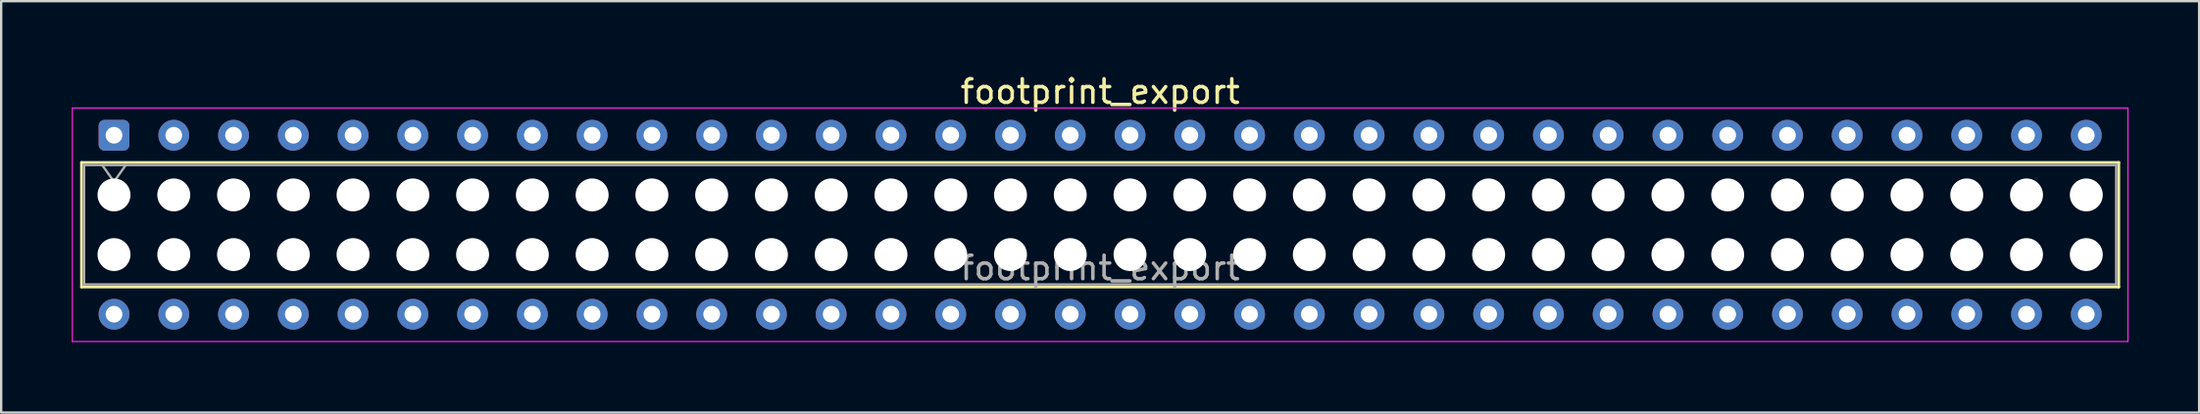
<source format=kicad_pcb>
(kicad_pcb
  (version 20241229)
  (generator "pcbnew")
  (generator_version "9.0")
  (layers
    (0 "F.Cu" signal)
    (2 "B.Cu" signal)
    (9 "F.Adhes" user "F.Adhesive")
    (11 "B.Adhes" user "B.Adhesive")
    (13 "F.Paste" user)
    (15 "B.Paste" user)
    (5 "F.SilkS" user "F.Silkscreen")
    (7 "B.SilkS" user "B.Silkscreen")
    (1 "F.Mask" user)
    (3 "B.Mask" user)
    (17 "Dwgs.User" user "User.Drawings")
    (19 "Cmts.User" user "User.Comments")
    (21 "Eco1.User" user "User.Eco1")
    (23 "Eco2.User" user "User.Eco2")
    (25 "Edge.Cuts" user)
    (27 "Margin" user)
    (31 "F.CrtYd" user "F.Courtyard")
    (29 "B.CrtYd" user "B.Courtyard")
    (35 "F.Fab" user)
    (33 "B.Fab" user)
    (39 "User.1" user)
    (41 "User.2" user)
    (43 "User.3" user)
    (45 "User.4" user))
  (footprint "footprint_export"
    (layer "F.Cu")
    (at 1.795 2.708)
    (property "Reference" "footprint_export" (at 41.91 -1.86 0) (layer "F.SilkS") (effects (font (size 1 1) (thickness 0.15))))
    (attr through_hole)
    (fp_line (start -1.38 1.16) (end 85.2 1.16) (stroke (width 0.12) (type solid)) (layer "F.SilkS"))
    (fp_line (start -1.38 6.46) (end -1.38 1.16) (stroke (width 0.12) (type solid)) (layer "F.SilkS"))
    (fp_line (start 85.2 1.16) (end 85.2 6.46) (stroke (width 0.12) (type solid)) (layer "F.SilkS"))
    (fp_line (start 85.2 6.46) (end -1.38 6.46) (stroke (width 0.12) (type solid)) (layer "F.SilkS"))
    (fp_line (start -1.77 -1.16) (end 85.59 -1.16) (stroke (width 0.05) (type solid)) (layer "F.CrtYd"))
    (fp_line (start -1.77 8.78) (end -1.77 -1.16) (stroke (width 0.05) (type solid)) (layer "F.CrtYd"))
    (fp_line (start 85.59 -1.16) (end 85.59 8.78) (stroke (width 0.05) (type solid)) (layer "F.CrtYd"))
    (fp_line (start 85.59 8.78) (end -1.77 8.78) (stroke (width 0.05) (type solid)) (layer "F.CrtYd"))
    (fp_line (start -1.27 1.27) (end 85.09 1.27) (stroke (width 0.1) (type solid)) (layer "F.Fab"))
    (fp_line (start -1.27 6.35) (end -1.27 1.27) (stroke (width 0.1) (type solid)) (layer "F.Fab"))
    (fp_line (start -0.5 1.27) (end 0 1.977) (stroke (width 0.1) (type solid)) (layer "F.Fab"))
    (fp_line (start 0 1.977) (end 0.5 1.27) (stroke (width 0.1) (type solid)) (layer "F.Fab"))
    (fp_line (start 85.09 1.27) (end 85.09 6.35) (stroke (width 0.1) (type solid)) (layer "F.Fab"))
    (fp_line (start 85.09 6.35) (end -1.27 6.35) (stroke (width 0.1) (type solid)) (layer "F.Fab"))
    (fp_text user "${REFERENCE}" (at 41.91 5.65 0) (layer "F.Fab") (effects (font (size 1 1) (thickness 0.15))))
    (pad "" np_thru_hole circle (at 0 2.54) (size 1.4 1.4) (drill 1.4) (layers "*.Cu" "*.Mask"))
    (pad "" np_thru_hole circle (at 0 5.08) (size 1.4 1.4) (drill 1.4) (layers "*.Cu" "*.Mask"))
    (pad "" np_thru_hole circle (at 2.54 2.54) (size 1.4 1.4) (drill 1.4) (layers "*.Cu" "*.Mask"))
    (pad "" np_thru_hole circle (at 2.54 5.08) (size 1.4 1.4) (drill 1.4) (layers "*.Cu" "*.Mask"))
    (pad "" np_thru_hole circle (at 5.08 2.54) (size 1.4 1.4) (drill 1.4) (layers "*.Cu" "*.Mask"))
    (pad "" np_thru_hole circle (at 5.08 5.08) (size 1.4 1.4) (drill 1.4) (layers "*.Cu" "*.Mask"))
    (pad "" np_thru_hole circle (at 7.62 2.54) (size 1.4 1.4) (drill 1.4) (layers "*.Cu" "*.Mask"))
    (pad "" np_thru_hole circle (at 7.62 5.08) (size 1.4 1.4) (drill 1.4) (layers "*.Cu" "*.Mask"))
    (pad "" np_thru_hole circle (at 10.16 2.54) (size 1.4 1.4) (drill 1.4) (layers "*.Cu" "*.Mask"))
    (pad "" np_thru_hole circle (at 10.16 5.08) (size 1.4 1.4) (drill 1.4) (layers "*.Cu" "*.Mask"))
    (pad "" np_thru_hole circle (at 12.7 2.54) (size 1.4 1.4) (drill 1.4) (layers "*.Cu" "*.Mask"))
    (pad "" np_thru_hole circle (at 12.7 5.08) (size 1.4 1.4) (drill 1.4) (layers "*.Cu" "*.Mask"))
    (pad "" np_thru_hole circle (at 15.24 2.54) (size 1.4 1.4) (drill 1.4) (layers "*.Cu" "*.Mask"))
    (pad "" np_thru_hole circle (at 15.24 5.08) (size 1.4 1.4) (drill 1.4) (layers "*.Cu" "*.Mask"))
    (pad "" np_thru_hole circle (at 17.78 2.54) (size 1.4 1.4) (drill 1.4) (layers "*.Cu" "*.Mask"))
    (pad "" np_thru_hole circle (at 17.78 5.08) (size 1.4 1.4) (drill 1.4) (layers "*.Cu" "*.Mask"))
    (pad "" np_thru_hole circle (at 20.32 2.54) (size 1.4 1.4) (drill 1.4) (layers "*.Cu" "*.Mask"))
    (pad "" np_thru_hole circle (at 20.32 5.08) (size 1.4 1.4) (drill 1.4) (layers "*.Cu" "*.Mask"))
    (pad "" np_thru_hole circle (at 22.86 2.54) (size 1.4 1.4) (drill 1.4) (layers "*.Cu" "*.Mask"))
    (pad "" np_thru_hole circle (at 22.86 5.08) (size 1.4 1.4) (drill 1.4) (layers "*.Cu" "*.Mask"))
    (pad "" np_thru_hole circle (at 25.4 2.54) (size 1.4 1.4) (drill 1.4) (layers "*.Cu" "*.Mask"))
    (pad "" np_thru_hole circle (at 25.4 5.08) (size 1.4 1.4) (drill 1.4) (layers "*.Cu" "*.Mask"))
    (pad "" np_thru_hole circle (at 27.94 2.54) (size 1.4 1.4) (drill 1.4) (layers "*.Cu" "*.Mask"))
    (pad "" np_thru_hole circle (at 27.94 5.08) (size 1.4 1.4) (drill 1.4) (layers "*.Cu" "*.Mask"))
    (pad "" np_thru_hole circle (at 30.48 2.54) (size 1.4 1.4) (drill 1.4) (layers "*.Cu" "*.Mask"))
    (pad "" np_thru_hole circle (at 30.48 5.08) (size 1.4 1.4) (drill 1.4) (layers "*.Cu" "*.Mask"))
    (pad "" np_thru_hole circle (at 33.02 2.54) (size 1.4 1.4) (drill 1.4) (layers "*.Cu" "*.Mask"))
    (pad "" np_thru_hole circle (at 33.02 5.08) (size 1.4 1.4) (drill 1.4) (layers "*.Cu" "*.Mask"))
    (pad "" np_thru_hole circle (at 35.56 2.54) (size 1.4 1.4) (drill 1.4) (layers "*.Cu" "*.Mask"))
    (pad "" np_thru_hole circle (at 35.56 5.08) (size 1.4 1.4) (drill 1.4) (layers "*.Cu" "*.Mask"))
    (pad "" np_thru_hole circle (at 38.1 2.54) (size 1.4 1.4) (drill 1.4) (layers "*.Cu" "*.Mask"))
    (pad "" np_thru_hole circle (at 38.1 5.08) (size 1.4 1.4) (drill 1.4) (layers "*.Cu" "*.Mask"))
    (pad "" np_thru_hole circle (at 40.64 2.54) (size 1.4 1.4) (drill 1.4) (layers "*.Cu" "*.Mask"))
    (pad "" np_thru_hole circle (at 40.64 5.08) (size 1.4 1.4) (drill 1.4) (layers "*.Cu" "*.Mask"))
    (pad "" np_thru_hole circle (at 43.18 2.54) (size 1.4 1.4) (drill 1.4) (layers "*.Cu" "*.Mask"))
    (pad "" np_thru_hole circle (at 43.18 5.08) (size 1.4 1.4) (drill 1.4) (layers "*.Cu" "*.Mask"))
    (pad "" np_thru_hole circle (at 45.72 2.54) (size 1.4 1.4) (drill 1.4) (layers "*.Cu" "*.Mask"))
    (pad "" np_thru_hole circle (at 45.72 5.08) (size 1.4 1.4) (drill 1.4) (layers "*.Cu" "*.Mask"))
    (pad "" np_thru_hole circle (at 48.26 2.54) (size 1.4 1.4) (drill 1.4) (layers "*.Cu" "*.Mask"))
    (pad "" np_thru_hole circle (at 48.26 5.08) (size 1.4 1.4) (drill 1.4) (layers "*.Cu" "*.Mask"))
    (pad "" np_thru_hole circle (at 50.8 2.54) (size 1.4 1.4) (drill 1.4) (layers "*.Cu" "*.Mask"))
    (pad "" np_thru_hole circle (at 50.8 5.08) (size 1.4 1.4) (drill 1.4) (layers "*.Cu" "*.Mask"))
    (pad "" np_thru_hole circle (at 53.34 2.54) (size 1.4 1.4) (drill 1.4) (layers "*.Cu" "*.Mask"))
    (pad "" np_thru_hole circle (at 53.34 5.08) (size 1.4 1.4) (drill 1.4) (layers "*.Cu" "*.Mask"))
    (pad "" np_thru_hole circle (at 55.88 2.54) (size 1.4 1.4) (drill 1.4) (layers "*.Cu" "*.Mask"))
    (pad "" np_thru_hole circle (at 55.88 5.08) (size 1.4 1.4) (drill 1.4) (layers "*.Cu" "*.Mask"))
    (pad "" np_thru_hole circle (at 58.42 2.54) (size 1.4 1.4) (drill 1.4) (layers "*.Cu" "*.Mask"))
    (pad "" np_thru_hole circle (at 58.42 5.08) (size 1.4 1.4) (drill 1.4) (layers "*.Cu" "*.Mask"))
    (pad "" np_thru_hole circle (at 60.96 2.54) (size 1.4 1.4) (drill 1.4) (layers "*.Cu" "*.Mask"))
    (pad "" np_thru_hole circle (at 60.96 5.08) (size 1.4 1.4) (drill 1.4) (layers "*.Cu" "*.Mask"))
    (pad "" np_thru_hole circle (at 63.5 2.54) (size 1.4 1.4) (drill 1.4) (layers "*.Cu" "*.Mask"))
    (pad "" np_thru_hole circle (at 63.5 5.08) (size 1.4 1.4) (drill 1.4) (layers "*.Cu" "*.Mask"))
    (pad "" np_thru_hole circle (at 66.04 2.54) (size 1.4 1.4) (drill 1.4) (layers "*.Cu" "*.Mask"))
    (pad "" np_thru_hole circle (at 66.04 5.08) (size 1.4 1.4) (drill 1.4) (layers "*.Cu" "*.Mask"))
    (pad "" np_thru_hole circle (at 68.58 2.54) (size 1.4 1.4) (drill 1.4) (layers "*.Cu" "*.Mask"))
    (pad "" np_thru_hole circle (at 68.58 5.08) (size 1.4 1.4) (drill 1.4) (layers "*.Cu" "*.Mask"))
    (pad "" np_thru_hole circle (at 71.12 2.54) (size 1.4 1.4) (drill 1.4) (layers "*.Cu" "*.Mask"))
    (pad "" np_thru_hole circle (at 71.12 5.08) (size 1.4 1.4) (drill 1.4) (layers "*.Cu" "*.Mask"))
    (pad "" np_thru_hole circle (at 73.66 2.54) (size 1.4 1.4) (drill 1.4) (layers "*.Cu" "*.Mask"))
    (pad "" np_thru_hole circle (at 73.66 5.08) (size 1.4 1.4) (drill 1.4) (layers "*.Cu" "*.Mask"))
    (pad "" np_thru_hole circle (at 76.2 2.54) (size 1.4 1.4) (drill 1.4) (layers "*.Cu" "*.Mask"))
    (pad "" np_thru_hole circle (at 76.2 5.08) (size 1.4 1.4) (drill 1.4) (layers "*.Cu" "*.Mask"))
    (pad "" np_thru_hole circle (at 78.74 2.54) (size 1.4 1.4) (drill 1.4) (layers "*.Cu" "*.Mask"))
    (pad "" np_thru_hole circle (at 78.74 5.08) (size 1.4 1.4) (drill 1.4) (layers "*.Cu" "*.Mask"))
    (pad "" np_thru_hole circle (at 81.28 2.54) (size 1.4 1.4) (drill 1.4) (layers "*.Cu" "*.Mask"))
    (pad "" np_thru_hole circle (at 81.28 5.08) (size 1.4 1.4) (drill 1.4) (layers "*.Cu" "*.Mask"))
    (pad "" np_thru_hole circle (at 83.82 2.54) (size 1.4 1.4) (drill 1.4) (layers "*.Cu" "*.Mask"))
    (pad "" np_thru_hole circle (at 83.82 5.08) (size 1.4 1.4) (drill 1.4) (layers "*.Cu" "*.Mask"))
    (pad "1" thru_hole roundrect (at 0 0) (size 1.31 1.31) (drill 0.71) (layers "*.Cu" "*.Mask") (roundrect_rratio 0.191))
    (pad "2" thru_hole circle (at 0 7.62) (size 1.31 1.31) (drill 0.71) (layers "*.Cu" "*.Mask"))
    (pad "3" thru_hole circle (at 2.54 0) (size 1.31 1.31) (drill 0.71) (layers "*.Cu" "*.Mask"))
    (pad "4" thru_hole circle (at 2.54 7.62) (size 1.31 1.31) (drill 0.71) (layers "*.Cu" "*.Mask"))
    (pad "5" thru_hole circle (at 5.08 0) (size 1.31 1.31) (drill 0.71) (layers "*.Cu" "*.Mask"))
    (pad "6" thru_hole circle (at 5.08 7.62) (size 1.31 1.31) (drill 0.71) (layers "*.Cu" "*.Mask"))
    (pad "7" thru_hole circle (at 7.62 0) (size 1.31 1.31) (drill 0.71) (layers "*.Cu" "*.Mask"))
    (pad "8" thru_hole circle (at 7.62 7.62) (size 1.31 1.31) (drill 0.71) (layers "*.Cu" "*.Mask"))
    (pad "9" thru_hole circle (at 10.16 0) (size 1.31 1.31) (drill 0.71) (layers "*.Cu" "*.Mask"))
    (pad "10" thru_hole circle (at 10.16 7.62) (size 1.31 1.31) (drill 0.71) (layers "*.Cu" "*.Mask"))
    (pad "11" thru_hole circle (at 12.7 0) (size 1.31 1.31) (drill 0.71) (layers "*.Cu" "*.Mask"))
    (pad "12" thru_hole circle (at 12.7 7.62) (size 1.31 1.31) (drill 0.71) (layers "*.Cu" "*.Mask"))
    (pad "13" thru_hole circle (at 15.24 0) (size 1.31 1.31) (drill 0.71) (layers "*.Cu" "*.Mask"))
    (pad "14" thru_hole circle (at 15.24 7.62) (size 1.31 1.31) (drill 0.71) (layers "*.Cu" "*.Mask"))
    (pad "15" thru_hole circle (at 17.78 0) (size 1.31 1.31) (drill 0.71) (layers "*.Cu" "*.Mask"))
    (pad "16" thru_hole circle (at 17.78 7.62) (size 1.31 1.31) (drill 0.71) (layers "*.Cu" "*.Mask"))
    (pad "17" thru_hole circle (at 20.32 0) (size 1.31 1.31) (drill 0.71) (layers "*.Cu" "*.Mask"))
    (pad "18" thru_hole circle (at 20.32 7.62) (size 1.31 1.31) (drill 0.71) (layers "*.Cu" "*.Mask"))
    (pad "19" thru_hole circle (at 22.86 0) (size 1.31 1.31) (drill 0.71) (layers "*.Cu" "*.Mask"))
    (pad "20" thru_hole circle (at 22.86 7.62) (size 1.31 1.31) (drill 0.71) (layers "*.Cu" "*.Mask"))
    (pad "21" thru_hole circle (at 25.4 0) (size 1.31 1.31) (drill 0.71) (layers "*.Cu" "*.Mask"))
    (pad "22" thru_hole circle (at 25.4 7.62) (size 1.31 1.31) (drill 0.71) (layers "*.Cu" "*.Mask"))
    (pad "23" thru_hole circle (at 27.94 0) (size 1.31 1.31) (drill 0.71) (layers "*.Cu" "*.Mask"))
    (pad "24" thru_hole circle (at 27.94 7.62) (size 1.31 1.31) (drill 0.71) (layers "*.Cu" "*.Mask"))
    (pad "25" thru_hole circle (at 30.48 0) (size 1.31 1.31) (drill 0.71) (layers "*.Cu" "*.Mask"))
    (pad "26" thru_hole circle (at 30.48 7.62) (size 1.31 1.31) (drill 0.71) (layers "*.Cu" "*.Mask"))
    (pad "27" thru_hole circle (at 33.02 0) (size 1.31 1.31) (drill 0.71) (layers "*.Cu" "*.Mask"))
    (pad "28" thru_hole circle (at 33.02 7.62) (size 1.31 1.31) (drill 0.71) (layers "*.Cu" "*.Mask"))
    (pad "29" thru_hole circle (at 35.56 0) (size 1.31 1.31) (drill 0.71) (layers "*.Cu" "*.Mask"))
    (pad "30" thru_hole circle (at 35.56 7.62) (size 1.31 1.31) (drill 0.71) (layers "*.Cu" "*.Mask"))
    (pad "31" thru_hole circle (at 38.1 0) (size 1.31 1.31) (drill 0.71) (layers "*.Cu" "*.Mask"))
    (pad "32" thru_hole circle (at 38.1 7.62) (size 1.31 1.31) (drill 0.71) (layers "*.Cu" "*.Mask"))
    (pad "33" thru_hole circle (at 40.64 0) (size 1.31 1.31) (drill 0.71) (layers "*.Cu" "*.Mask"))
    (pad "34" thru_hole circle (at 40.64 7.62) (size 1.31 1.31) (drill 0.71) (layers "*.Cu" "*.Mask"))
    (pad "35" thru_hole circle (at 43.18 0) (size 1.31 1.31) (drill 0.71) (layers "*.Cu" "*.Mask"))
    (pad "36" thru_hole circle (at 43.18 7.62) (size 1.31 1.31) (drill 0.71) (layers "*.Cu" "*.Mask"))
    (pad "37" thru_hole circle (at 45.72 0) (size 1.31 1.31) (drill 0.71) (layers "*.Cu" "*.Mask"))
    (pad "38" thru_hole circle (at 45.72 7.62) (size 1.31 1.31) (drill 0.71) (layers "*.Cu" "*.Mask"))
    (pad "39" thru_hole circle (at 48.26 0) (size 1.31 1.31) (drill 0.71) (layers "*.Cu" "*.Mask"))
    (pad "40" thru_hole circle (at 48.26 7.62) (size 1.31 1.31) (drill 0.71) (layers "*.Cu" "*.Mask"))
    (pad "41" thru_hole circle (at 50.8 0) (size 1.31 1.31) (drill 0.71) (layers "*.Cu" "*.Mask"))
    (pad "42" thru_hole circle (at 50.8 7.62) (size 1.31 1.31) (drill 0.71) (layers "*.Cu" "*.Mask"))
    (pad "43" thru_hole circle (at 53.34 0) (size 1.31 1.31) (drill 0.71) (layers "*.Cu" "*.Mask"))
    (pad "44" thru_hole circle (at 53.34 7.62) (size 1.31 1.31) (drill 0.71) (layers "*.Cu" "*.Mask"))
    (pad "45" thru_hole circle (at 55.88 0) (size 1.31 1.31) (drill 0.71) (layers "*.Cu" "*.Mask"))
    (pad "46" thru_hole circle (at 55.88 7.62) (size 1.31 1.31) (drill 0.71) (layers "*.Cu" "*.Mask"))
    (pad "47" thru_hole circle (at 58.42 0) (size 1.31 1.31) (drill 0.71) (layers "*.Cu" "*.Mask"))
    (pad "48" thru_hole circle (at 58.42 7.62) (size 1.31 1.31) (drill 0.71) (layers "*.Cu" "*.Mask"))
    (pad "49" thru_hole circle (at 60.96 0) (size 1.31 1.31) (drill 0.71) (layers "*.Cu" "*.Mask"))
    (pad "50" thru_hole circle (at 60.96 7.62) (size 1.31 1.31) (drill 0.71) (layers "*.Cu" "*.Mask"))
    (pad "51" thru_hole circle (at 63.5 0) (size 1.31 1.31) (drill 0.71) (layers "*.Cu" "*.Mask"))
    (pad "52" thru_hole circle (at 63.5 7.62) (size 1.31 1.31) (drill 0.71) (layers "*.Cu" "*.Mask"))
    (pad "53" thru_hole circle (at 66.04 0) (size 1.31 1.31) (drill 0.71) (layers "*.Cu" "*.Mask"))
    (pad "54" thru_hole circle (at 66.04 7.62) (size 1.31 1.31) (drill 0.71) (layers "*.Cu" "*.Mask"))
    (pad "55" thru_hole circle (at 68.58 0) (size 1.31 1.31) (drill 0.71) (layers "*.Cu" "*.Mask"))
    (pad "56" thru_hole circle (at 68.58 7.62) (size 1.31 1.31) (drill 0.71) (layers "*.Cu" "*.Mask"))
    (pad "57" thru_hole circle (at 71.12 0) (size 1.31 1.31) (drill 0.71) (layers "*.Cu" "*.Mask"))
    (pad "58" thru_hole circle (at 71.12 7.62) (size 1.31 1.31) (drill 0.71) (layers "*.Cu" "*.Mask"))
    (pad "59" thru_hole circle (at 73.66 0) (size 1.31 1.31) (drill 0.71) (layers "*.Cu" "*.Mask"))
    (pad "60" thru_hole circle (at 73.66 7.62) (size 1.31 1.31) (drill 0.71) (layers "*.Cu" "*.Mask"))
    (pad "61" thru_hole circle (at 76.2 0) (size 1.31 1.31) (drill 0.71) (layers "*.Cu" "*.Mask"))
    (pad "62" thru_hole circle (at 76.2 7.62) (size 1.31 1.31) (drill 0.71) (layers "*.Cu" "*.Mask"))
    (pad "63" thru_hole circle (at 78.74 0) (size 1.31 1.31) (drill 0.71) (layers "*.Cu" "*.Mask"))
    (pad "64" thru_hole circle (at 78.74 7.62) (size 1.31 1.31) (drill 0.71) (layers "*.Cu" "*.Mask"))
    (pad "65" thru_hole circle (at 81.28 0) (size 1.31 1.31) (drill 0.71) (layers "*.Cu" "*.Mask"))
    (pad "66" thru_hole circle (at 81.28 7.62) (size 1.31 1.31) (drill 0.71) (layers "*.Cu" "*.Mask"))
    (pad "67" thru_hole circle (at 83.82 0) (size 1.31 1.31) (drill 0.71) (layers "*.Cu" "*.Mask"))
    (pad "68" thru_hole circle (at 83.82 7.62) (size 1.31 1.31) (drill 0.71) (layers "*.Cu" "*.Mask")))
  (gr_rect
    (start -3 -3)
    (end 90.41 14.513)
    (stroke (width 0.1) (type default))
    (fill no)
    (layer "Edge.Cuts")))
</source>
